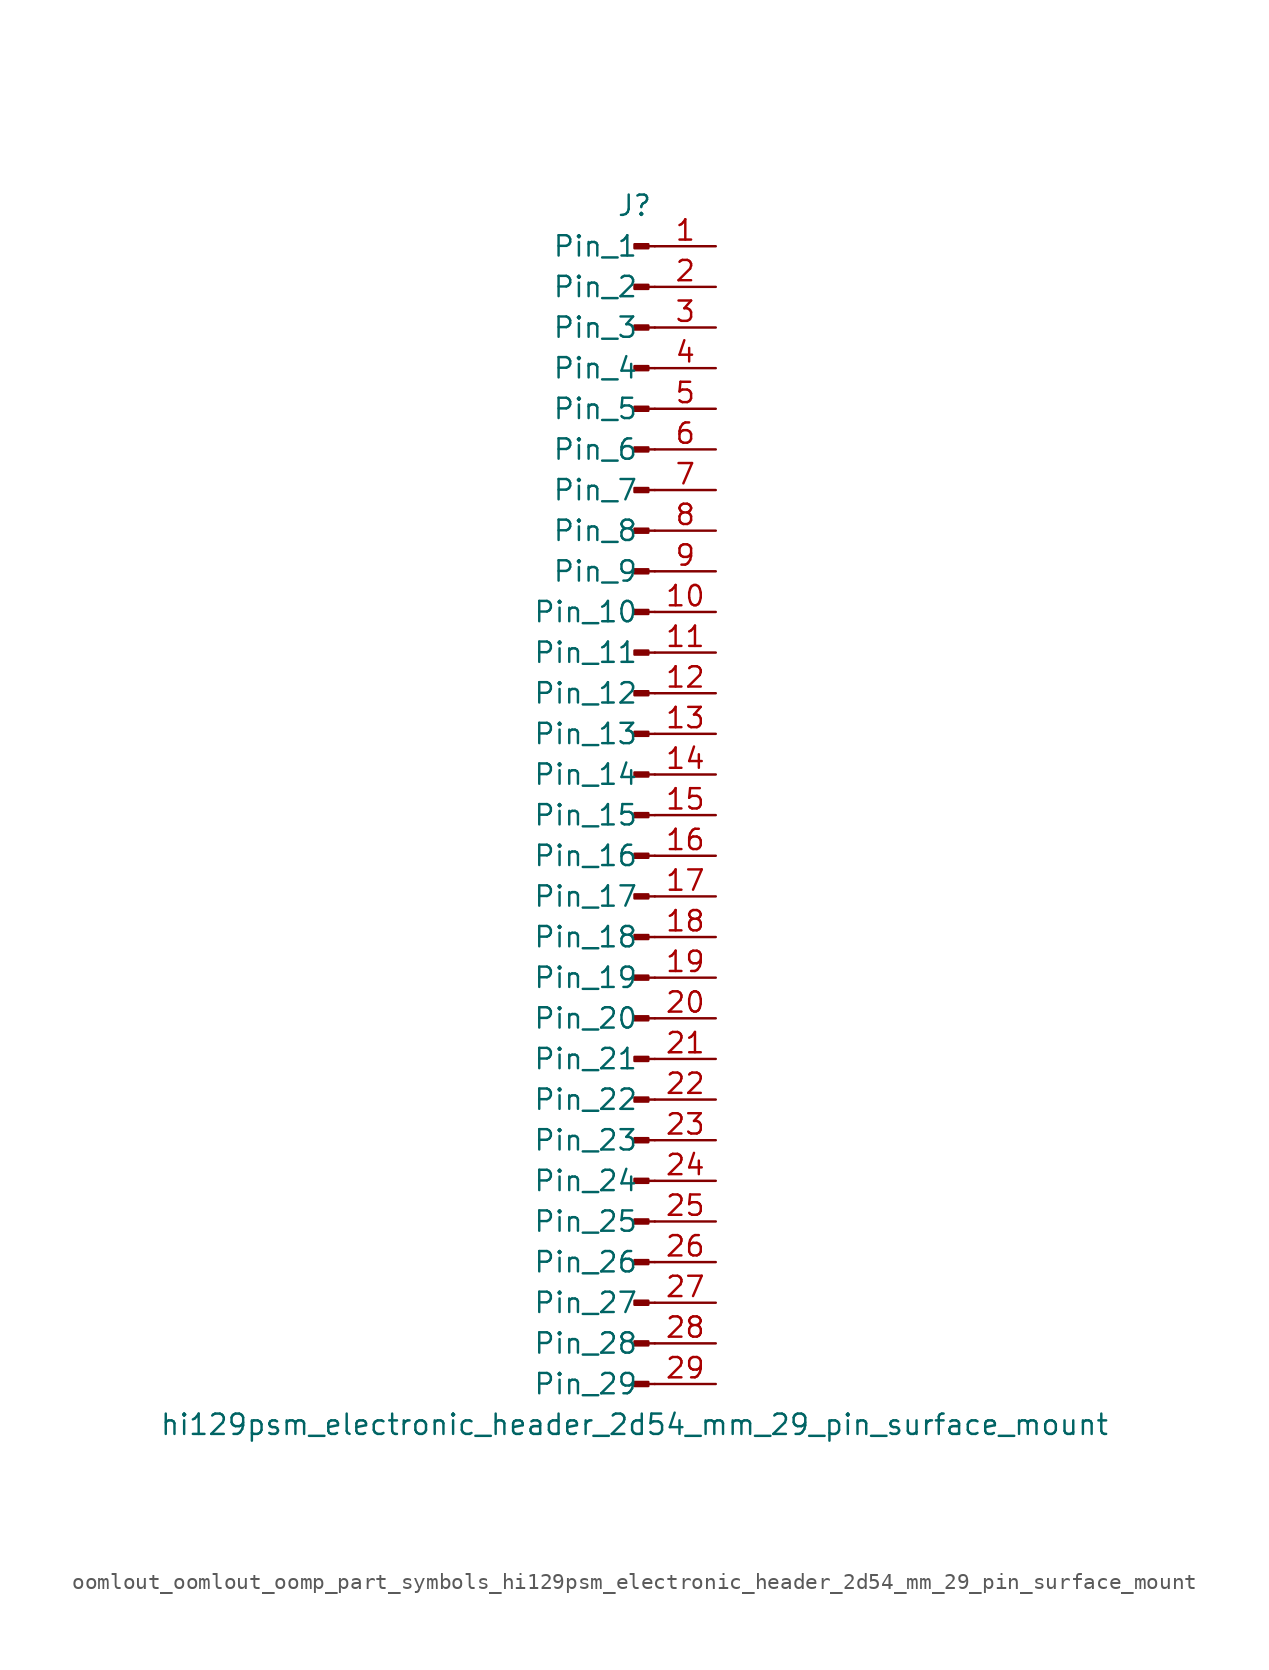
<source format=kicad_sym>
(kicad_symbol_lib
  (version 20220914)
  (generator kicad_symbol_editor)
  (symbol "oomlout_oomlout_oomp_part_symbols_hi129psm_electronic_header_2d54_mm_29_pin_surface_mount"
    (pin_names
      (offset 1.016))
    (property "Reference" "J"
      (at 0 38.1 0)
      (effects (font (size 1.27 1.27))))
    (property "Value" "hi129psm_electronic_header_2d54_mm_29_pin_surface_mount"
      (at 0 -38.1 0)
      (effects (font (size 1.27 1.27))))
    (property "ki_locked" ""
      (at 0 0 0)
      (effects (font (size 1.27 1.27))))
    (symbol "oomlout_oomlout_oomp_part_symbols_hi129psm_electronic_header_2d54_mm_29_pin_surface_mount_1_1"
      (polyline (pts (xy 1.27 -35.56) (xy 0.864 -35.56)) (stroke (width 0.152) (type default)) (fill (type none)))
      (polyline (pts (xy 1.27 -33.02) (xy 0.864 -33.02)) (stroke (width 0.152) (type default)) (fill (type none)))
      (polyline (pts (xy 1.27 -30.48) (xy 0.864 -30.48)) (stroke (width 0.152) (type default)) (fill (type none)))
      (polyline (pts (xy 1.27 -27.94) (xy 0.864 -27.94)) (stroke (width 0.152) (type default)) (fill (type none)))
      (polyline (pts (xy 1.27 -25.4) (xy 0.864 -25.4)) (stroke (width 0.152) (type default)) (fill (type none)))
      (polyline (pts (xy 1.27 -22.86) (xy 0.864 -22.86)) (stroke (width 0.152) (type default)) (fill (type none)))
      (polyline (pts (xy 1.27 -20.32) (xy 0.864 -20.32)) (stroke (width 0.152) (type default)) (fill (type none)))
      (polyline (pts (xy 1.27 -17.78) (xy 0.864 -17.78)) (stroke (width 0.152) (type default)) (fill (type none)))
      (polyline (pts (xy 1.27 -15.24) (xy 0.864 -15.24)) (stroke (width 0.152) (type default)) (fill (type none)))
      (polyline (pts (xy 1.27 -12.7) (xy 0.864 -12.7)) (stroke (width 0.152) (type default)) (fill (type none)))
      (polyline (pts (xy 1.27 -10.16) (xy 0.864 -10.16)) (stroke (width 0.152) (type default)) (fill (type none)))
      (polyline (pts (xy 1.27 -7.62) (xy 0.864 -7.62)) (stroke (width 0.152) (type default)) (fill (type none)))
      (polyline (pts (xy 1.27 -5.08) (xy 0.864 -5.08)) (stroke (width 0.152) (type default)) (fill (type none)))
      (polyline (pts (xy 1.27 -2.54) (xy 0.864 -2.54)) (stroke (width 0.152) (type default)) (fill (type none)))
      (polyline (pts (xy 1.27 0) (xy 0.864 0)) (stroke (width 0.152) (type default)) (fill (type none)))
      (polyline (pts (xy 1.27 2.54) (xy 0.864 2.54)) (stroke (width 0.152) (type default)) (fill (type none)))
      (polyline (pts (xy 1.27 5.08) (xy 0.864 5.08)) (stroke (width 0.152) (type default)) (fill (type none)))
      (polyline (pts (xy 1.27 7.62) (xy 0.864 7.62)) (stroke (width 0.152) (type default)) (fill (type none)))
      (polyline (pts (xy 1.27 10.16) (xy 0.864 10.16)) (stroke (width 0.152) (type default)) (fill (type none)))
      (polyline (pts (xy 1.27 12.7) (xy 0.864 12.7)) (stroke (width 0.152) (type default)) (fill (type none)))
      (polyline (pts (xy 1.27 15.24) (xy 0.864 15.24)) (stroke (width 0.152) (type default)) (fill (type none)))
      (polyline (pts (xy 1.27 17.78) (xy 0.864 17.78)) (stroke (width 0.152) (type default)) (fill (type none)))
      (polyline (pts (xy 1.27 20.32) (xy 0.864 20.32)) (stroke (width 0.152) (type default)) (fill (type none)))
      (polyline (pts (xy 1.27 22.86) (xy 0.864 22.86)) (stroke (width 0.152) (type default)) (fill (type none)))
      (polyline (pts (xy 1.27 25.4) (xy 0.864 25.4)) (stroke (width 0.152) (type default)) (fill (type none)))
      (polyline (pts (xy 1.27 27.94) (xy 0.864 27.94)) (stroke (width 0.152) (type default)) (fill (type none)))
      (polyline (pts (xy 1.27 30.48) (xy 0.864 30.48)) (stroke (width 0.152) (type default)) (fill (type none)))
      (polyline (pts (xy 1.27 33.02) (xy 0.864 33.02)) (stroke (width 0.152) (type default)) (fill (type none)))
      (polyline (pts (xy 1.27 35.56) (xy 0.864 35.56)) (stroke (width 0.152) (type default)) (fill (type none)))
      (rectangle (start 0.864 -35.433) (end 0 -35.687) (stroke (width 0.152) (type default)) (fill (type outline)))
      (rectangle (start 0.864 -32.893) (end 0 -33.147) (stroke (width 0.152) (type default)) (fill (type outline)))
      (rectangle (start 0.864 -30.353) (end 0 -30.607) (stroke (width 0.152) (type default)) (fill (type outline)))
      (rectangle (start 0.864 -27.813) (end 0 -28.067) (stroke (width 0.152) (type default)) (fill (type outline)))
      (rectangle (start 0.864 -25.273) (end 0 -25.527) (stroke (width 0.152) (type default)) (fill (type outline)))
      (rectangle (start 0.864 -22.733) (end 0 -22.987) (stroke (width 0.152) (type default)) (fill (type outline)))
      (rectangle (start 0.864 -20.193) (end 0 -20.447) (stroke (width 0.152) (type default)) (fill (type outline)))
      (rectangle (start 0.864 -17.653) (end 0 -17.907) (stroke (width 0.152) (type default)) (fill (type outline)))
      (rectangle (start 0.864 -15.113) (end 0 -15.367) (stroke (width 0.152) (type default)) (fill (type outline)))
      (rectangle (start 0.864 -12.573) (end 0 -12.827) (stroke (width 0.152) (type default)) (fill (type outline)))
      (rectangle (start 0.864 -10.033) (end 0 -10.287) (stroke (width 0.152) (type default)) (fill (type outline)))
      (rectangle (start 0.864 -7.493) (end 0 -7.747) (stroke (width 0.152) (type default)) (fill (type outline)))
      (rectangle (start 0.864 -4.953) (end 0 -5.207) (stroke (width 0.152) (type default)) (fill (type outline)))
      (rectangle (start 0.864 -2.413) (end 0 -2.667) (stroke (width 0.152) (type default)) (fill (type outline)))
      (rectangle (start 0.864 0.127) (end 0 -0.127) (stroke (width 0.152) (type default)) (fill (type outline)))
      (rectangle (start 0.864 2.667) (end 0 2.413) (stroke (width 0.152) (type default)) (fill (type outline)))
      (rectangle (start 0.864 5.207) (end 0 4.953) (stroke (width 0.152) (type default)) (fill (type outline)))
      (rectangle (start 0.864 7.747) (end 0 7.493) (stroke (width 0.152) (type default)) (fill (type outline)))
      (rectangle (start 0.864 10.287) (end 0 10.033) (stroke (width 0.152) (type default)) (fill (type outline)))
      (rectangle (start 0.864 12.827) (end 0 12.573) (stroke (width 0.152) (type default)) (fill (type outline)))
      (rectangle (start 0.864 15.367) (end 0 15.113) (stroke (width 0.152) (type default)) (fill (type outline)))
      (rectangle (start 0.864 17.907) (end 0 17.653) (stroke (width 0.152) (type default)) (fill (type outline)))
      (rectangle (start 0.864 20.447) (end 0 20.193) (stroke (width 0.152) (type default)) (fill (type outline)))
      (rectangle (start 0.864 22.987) (end 0 22.733) (stroke (width 0.152) (type default)) (fill (type outline)))
      (rectangle (start 0.864 25.527) (end 0 25.273) (stroke (width 0.152) (type default)) (fill (type outline)))
      (rectangle (start 0.864 28.067) (end 0 27.813) (stroke (width 0.152) (type default)) (fill (type outline)))
      (rectangle (start 0.864 30.607) (end 0 30.353) (stroke (width 0.152) (type default)) (fill (type outline)))
      (rectangle (start 0.864 33.147) (end 0 32.893) (stroke (width 0.152) (type default)) (fill (type outline)))
      (rectangle (start 0.864 35.687) (end 0 35.433) (stroke (width 0.152) (type default)) (fill (type outline)))
      (pin passive line (at 5.08 35.56 180) (length 3.81) (name "Pin_1" (effects (font (size 1.27 1.27)))) (number "1" (effects (font (size 1.27 1.27)))))
      (pin passive line (at 5.08 12.7 180) (length 3.81) (name "Pin_10" (effects (font (size 1.27 1.27)))) (number "10" (effects (font (size 1.27 1.27)))))
      (pin passive line (at 5.08 10.16 180) (length 3.81) (name "Pin_11" (effects (font (size 1.27 1.27)))) (number "11" (effects (font (size 1.27 1.27)))))
      (pin passive line (at 5.08 7.62 180) (length 3.81) (name "Pin_12" (effects (font (size 1.27 1.27)))) (number "12" (effects (font (size 1.27 1.27)))))
      (pin passive line (at 5.08 5.08 180) (length 3.81) (name "Pin_13" (effects (font (size 1.27 1.27)))) (number "13" (effects (font (size 1.27 1.27)))))
      (pin passive line (at 5.08 2.54 180) (length 3.81) (name "Pin_14" (effects (font (size 1.27 1.27)))) (number "14" (effects (font (size 1.27 1.27)))))
      (pin passive line (at 5.08 0 180) (length 3.81) (name "Pin_15" (effects (font (size 1.27 1.27)))) (number "15" (effects (font (size 1.27 1.27)))))
      (pin passive line (at 5.08 -2.54 180) (length 3.81) (name "Pin_16" (effects (font (size 1.27 1.27)))) (number "16" (effects (font (size 1.27 1.27)))))
      (pin passive line (at 5.08 -5.08 180) (length 3.81) (name "Pin_17" (effects (font (size 1.27 1.27)))) (number "17" (effects (font (size 1.27 1.27)))))
      (pin passive line (at 5.08 -7.62 180) (length 3.81) (name "Pin_18" (effects (font (size 1.27 1.27)))) (number "18" (effects (font (size 1.27 1.27)))))
      (pin passive line (at 5.08 -10.16 180) (length 3.81) (name "Pin_19" (effects (font (size 1.27 1.27)))) (number "19" (effects (font (size 1.27 1.27)))))
      (pin passive line (at 5.08 33.02 180) (length 3.81) (name "Pin_2" (effects (font (size 1.27 1.27)))) (number "2" (effects (font (size 1.27 1.27)))))
      (pin passive line (at 5.08 -12.7 180) (length 3.81) (name "Pin_20" (effects (font (size 1.27 1.27)))) (number "20" (effects (font (size 1.27 1.27)))))
      (pin passive line (at 5.08 -15.24 180) (length 3.81) (name "Pin_21" (effects (font (size 1.27 1.27)))) (number "21" (effects (font (size 1.27 1.27)))))
      (pin passive line (at 5.08 -17.78 180) (length 3.81) (name "Pin_22" (effects (font (size 1.27 1.27)))) (number "22" (effects (font (size 1.27 1.27)))))
      (pin passive line (at 5.08 -20.32 180) (length 3.81) (name "Pin_23" (effects (font (size 1.27 1.27)))) (number "23" (effects (font (size 1.27 1.27)))))
      (pin passive line (at 5.08 -22.86 180) (length 3.81) (name "Pin_24" (effects (font (size 1.27 1.27)))) (number "24" (effects (font (size 1.27 1.27)))))
      (pin passive line (at 5.08 -25.4 180) (length 3.81) (name "Pin_25" (effects (font (size 1.27 1.27)))) (number "25" (effects (font (size 1.27 1.27)))))
      (pin passive line (at 5.08 -27.94 180) (length 3.81) (name "Pin_26" (effects (font (size 1.27 1.27)))) (number "26" (effects (font (size 1.27 1.27)))))
      (pin passive line (at 5.08 -30.48 180) (length 3.81) (name "Pin_27" (effects (font (size 1.27 1.27)))) (number "27" (effects (font (size 1.27 1.27)))))
      (pin passive line (at 5.08 -33.02 180) (length 3.81) (name "Pin_28" (effects (font (size 1.27 1.27)))) (number "28" (effects (font (size 1.27 1.27)))))
      (pin passive line (at 5.08 -35.56 180) (length 3.81) (name "Pin_29" (effects (font (size 1.27 1.27)))) (number "29" (effects (font (size 1.27 1.27)))))
      (pin passive line (at 5.08 30.48 180) (length 3.81) (name "Pin_3" (effects (font (size 1.27 1.27)))) (number "3" (effects (font (size 1.27 1.27)))))
      (pin passive line (at 5.08 27.94 180) (length 3.81) (name "Pin_4" (effects (font (size 1.27 1.27)))) (number "4" (effects (font (size 1.27 1.27)))))
      (pin passive line (at 5.08 25.4 180) (length 3.81) (name "Pin_5" (effects (font (size 1.27 1.27)))) (number "5" (effects (font (size 1.27 1.27)))))
      (pin passive line (at 5.08 22.86 180) (length 3.81) (name "Pin_6" (effects (font (size 1.27 1.27)))) (number "6" (effects (font (size 1.27 1.27)))))
      (pin passive line (at 5.08 20.32 180) (length 3.81) (name "Pin_7" (effects (font (size 1.27 1.27)))) (number "7" (effects (font (size 1.27 1.27)))))
      (pin passive line (at 5.08 17.78 180) (length 3.81) (name "Pin_8" (effects (font (size 1.27 1.27)))) (number "8" (effects (font (size 1.27 1.27)))))
      (pin passive line (at 5.08 15.24 180) (length 3.81) (name "Pin_9" (effects (font (size 1.27 1.27)))) (number "9" (effects (font (size 1.27 1.27))))))))
</source>
